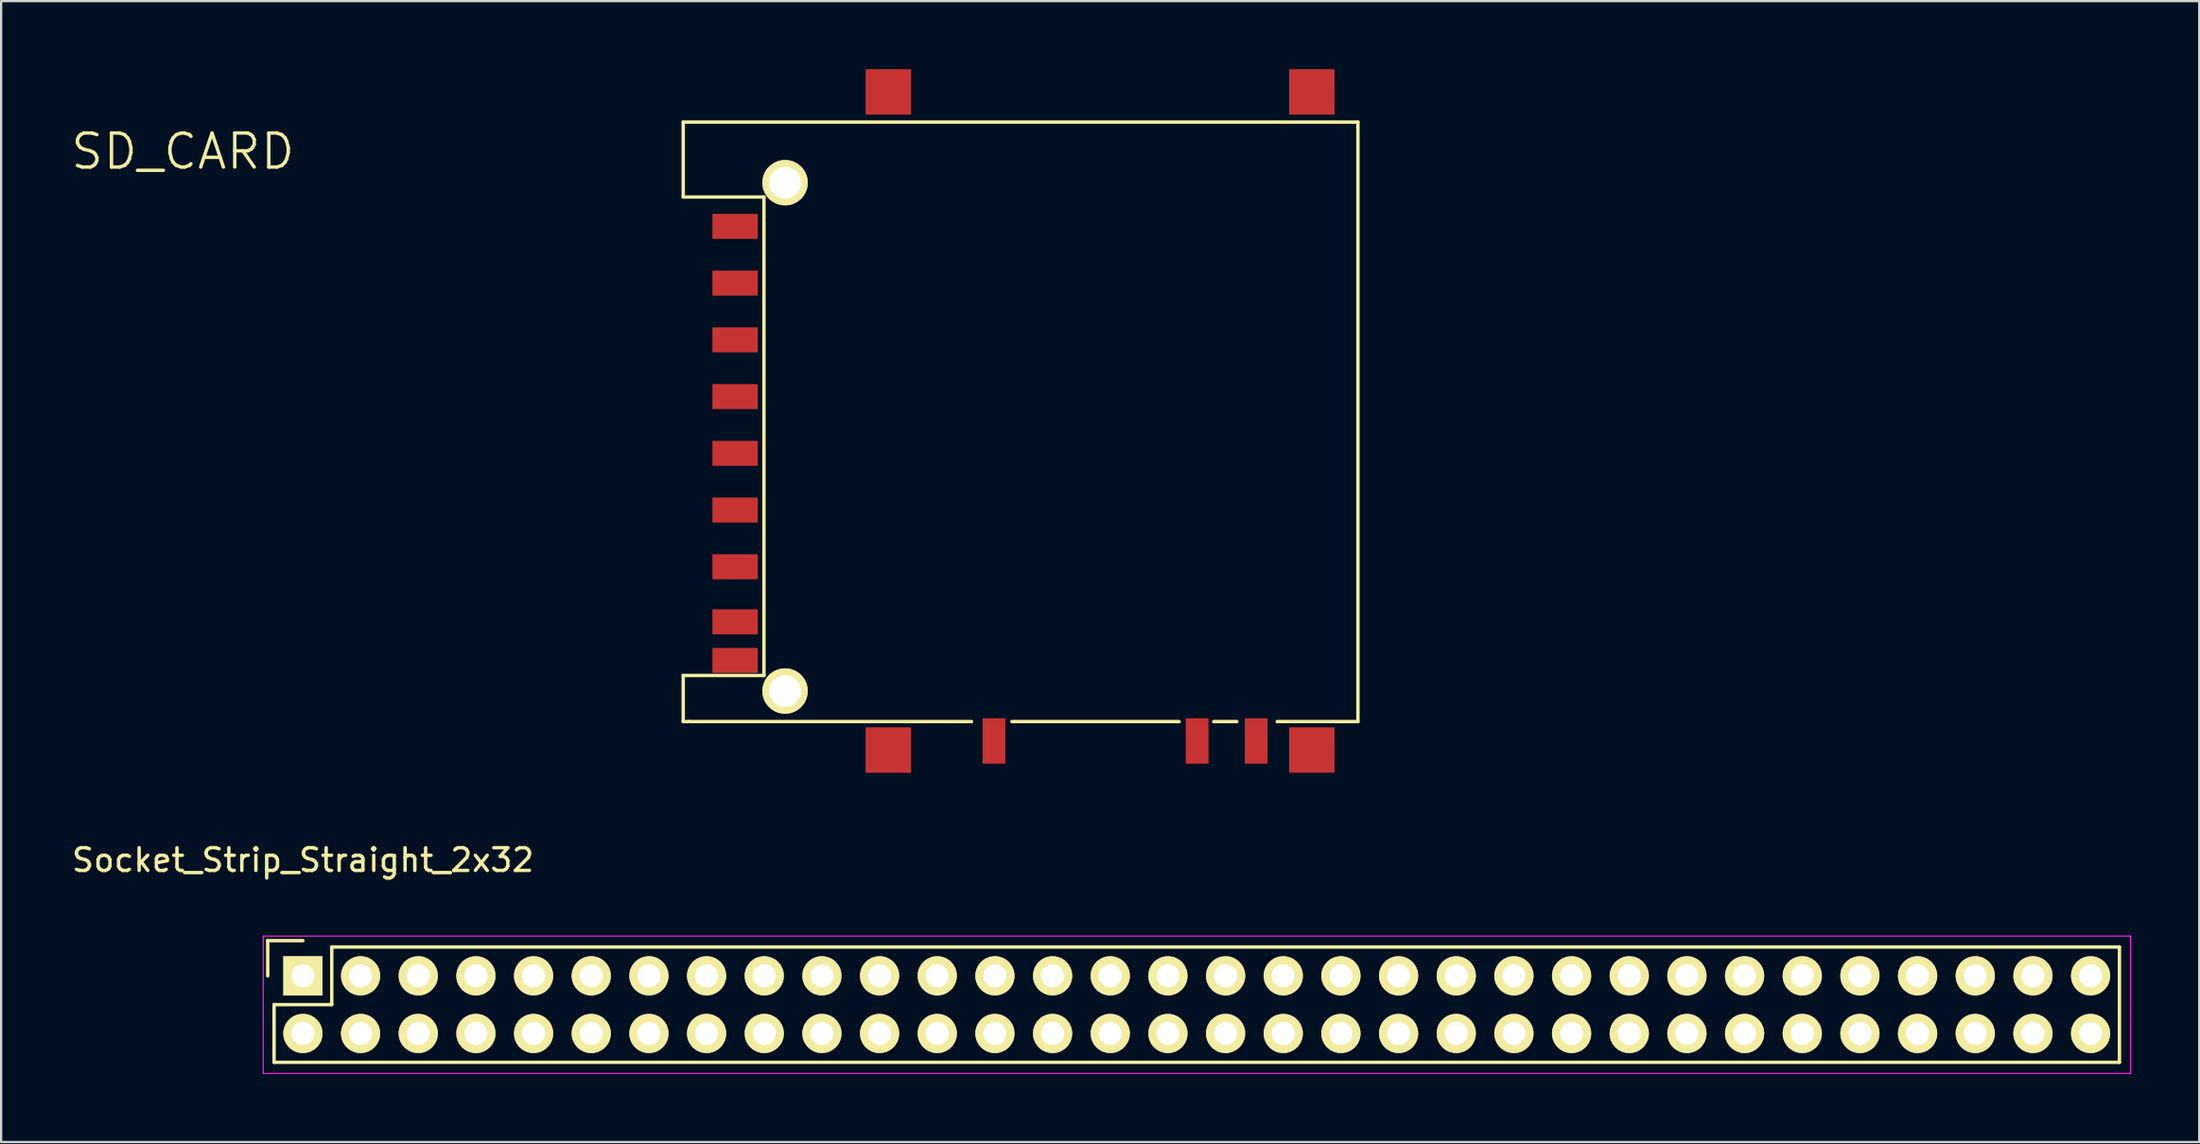
<source format=kicad_pcb>
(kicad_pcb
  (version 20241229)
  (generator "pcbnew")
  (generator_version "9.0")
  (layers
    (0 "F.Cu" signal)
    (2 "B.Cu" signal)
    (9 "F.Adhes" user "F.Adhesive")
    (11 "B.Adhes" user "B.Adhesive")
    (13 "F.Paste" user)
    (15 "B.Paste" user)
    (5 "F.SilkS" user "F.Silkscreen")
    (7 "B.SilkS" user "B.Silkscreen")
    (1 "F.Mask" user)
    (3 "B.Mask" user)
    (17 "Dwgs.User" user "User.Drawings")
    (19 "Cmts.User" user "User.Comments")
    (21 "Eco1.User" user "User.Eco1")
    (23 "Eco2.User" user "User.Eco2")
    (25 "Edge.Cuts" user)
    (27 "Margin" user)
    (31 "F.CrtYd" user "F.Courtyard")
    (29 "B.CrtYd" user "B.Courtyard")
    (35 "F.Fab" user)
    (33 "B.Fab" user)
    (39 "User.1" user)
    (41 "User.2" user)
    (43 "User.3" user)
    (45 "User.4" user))
  (footprint "SD_CARD"
    (layer "F.Cu")
    (at 29.329 16.3)
    (property "Reference" "SD_CARD" (at -24.325 -12.675 0) (layer "F.SilkS") (effects (font (size 1.5 1.5) (thickness 0.15))))
    (attr through_hole)
    (fp_line (start -2.286 -13.97) (end 27.432 -13.97) (stroke (width 0.15) (type solid)) (layer "F.SilkS"))
    (fp_line (start -2.286 -10.668) (end -2.286 -13.97) (stroke (width 0.15) (type solid)) (layer "F.SilkS"))
    (fp_line (start -2.286 -10.668) (end 1.27 -10.668) (stroke (width 0.15) (type solid)) (layer "F.SilkS"))
    (fp_line (start -2.286 10.414) (end 1.27 10.414) (stroke (width 0.15) (type solid)) (layer "F.SilkS"))
    (fp_line (start -2.286 12.446) (end -2.286 10.414) (stroke (width 0.15) (type solid)) (layer "F.SilkS"))
    (fp_line (start -2.032 12.446) (end -2.286 12.446) (stroke (width 0.15) (type solid)) (layer "F.SilkS"))
    (fp_line (start 1.27 -10.668) (end 1.27 10.414) (stroke (width 0.15) (type solid)) (layer "F.SilkS"))
    (fp_line (start 10.414 12.446) (end -2.032 12.446) (stroke (width 0.15) (type solid)) (layer "F.SilkS"))
    (fp_line (start 19.558 12.446) (end 12.192 12.446) (stroke (width 0.15) (type solid)) (layer "F.SilkS"))
    (fp_line (start 22.098 12.446) (end 21.082 12.446) (stroke (width 0.15) (type solid)) (layer "F.SilkS"))
    (fp_line (start 27.432 -13.97) (end 27.432 12.446) (stroke (width 0.15) (type solid)) (layer "F.SilkS"))
    (fp_line (start 27.432 12.446) (end 23.876 12.446) (stroke (width 0.15) (type solid)) (layer "F.SilkS"))
    (pad "1" smd rect (at 0 -6.875) (size 2 1.1) (layers "F.Cu" "F.Mask" "F.Paste"))
    (pad "2" smd rect (at 0 -4.375) (size 2 1.1) (layers "F.Cu" "F.Mask" "F.Paste"))
    (pad "3" smd rect (at 0 -1.875) (size 2 1.1) (layers "F.Cu" "F.Mask" "F.Paste"))
    (pad "3" smd rect (at 6.75 -15.3) (size 2 2) (layers "F.Cu" "F.Mask" "F.Paste"))
    (pad "3" smd rect (at 6.75 13.7) (size 2 2) (layers "F.Cu" "F.Mask" "F.Paste"))
    (pad "3" smd rect (at 25.4 -15.3) (size 2 2) (layers "F.Cu" "F.Mask" "F.Paste"))
    (pad "3" smd rect (at 25.4 13.7) (size 2 2) (layers "F.Cu" "F.Mask" "F.Paste"))
    (pad "4" smd rect (at 0 0.625) (size 2 1.1) (layers "F.Cu" "F.Mask" "F.Paste"))
    (pad "5" smd rect (at 0 3.125) (size 2 1.1) (layers "F.Cu" "F.Mask" "F.Paste"))
    (pad "6" smd rect (at 0 5.625) (size 2 1.1) (layers "F.Cu" "F.Mask" "F.Paste"))
    (pad "7" smd rect (at 0 8.05) (size 2 1.1) (layers "F.Cu" "F.Mask" "F.Paste"))
    (pad "8" smd rect (at 0 9.75) (size 2 1.1) (layers "F.Cu" "F.Mask" "F.Paste"))
    (pad "9" smd rect (at 0 -9.375) (size 2 1.1) (layers "F.Cu" "F.Mask" "F.Paste"))
    (pad "10" smd rect (at 11.4 13.3) (size 1 2) (layers "F.Cu" "F.Mask" "F.Paste"))
    (pad "11" smd rect (at 22.95 13.3) (size 1 2) (layers "F.Cu" "F.Mask" "F.Paste"))
    (pad "12" smd rect (at 20.35 13.3) (size 1 2) (layers "F.Cu" "F.Mask" "F.Paste"))
    (pad "13" thru_hole circle (at 2.2 -11.3) (size 2 2) (drill 1.4) (layers "*.Cu" "*.Mask" "F.SilkS"))
    (pad "13" thru_hole circle (at 2.2 11.1) (size 2 2) (drill 1.4) (layers "*.Cu" "*.Mask" "F.SilkS")))
  (footprint "Socket_Strip_Straight_2x32"
    (layer "F.Cu")
    (at 49.662 41.218)
    (property "Reference" "Socket_Strip_Straight_2x32" (at -39.37 -6.37 0) (layer "F.SilkS") (effects (font (size 1 1) (thickness 0.15))))
    (attr through_hole)
    (fp_line (start -40.92 -2.82) (end -40.92 -1.27) (stroke (width 0.15) (type solid)) (layer "F.SilkS"))
    (fp_line (start -40.64 0) (end -38.1 0) (stroke (width 0.15) (type solid)) (layer "F.SilkS"))
    (fp_line (start -40.64 2.54) (end -40.64 0) (stroke (width 0.15) (type solid)) (layer "F.SilkS"))
    (fp_line (start -39.37 -2.82) (end -40.92 -2.82) (stroke (width 0.15) (type solid)) (layer "F.SilkS"))
    (fp_line (start -38.1 -2.54) (end 40.64 -2.54) (stroke (width 0.15) (type solid)) (layer "F.SilkS"))
    (fp_line (start -38.1 0) (end -38.1 -2.54) (stroke (width 0.15) (type solid)) (layer "F.SilkS"))
    (fp_line (start 40.64 2.54) (end -40.64 2.54) (stroke (width 0.15) (type solid)) (layer "F.SilkS"))
    (fp_line (start 40.64 2.54) (end 40.64 -2.54) (stroke (width 0.15) (type solid)) (layer "F.SilkS"))
    (fp_line (start -41.12 -3.02) (end -41.12 3.03) (stroke (width 0.05) (type solid)) (layer "F.CrtYd"))
    (fp_line (start -41.12 -3.02) (end 41.13 -3.02) (stroke (width 0.05) (type solid)) (layer "F.CrtYd"))
    (fp_line (start -41.12 3.03) (end 41.13 3.03) (stroke (width 0.05) (type solid)) (layer "F.CrtYd"))
    (fp_line (start 41.13 -3.02) (end 41.13 3.03) (stroke (width 0.05) (type solid)) (layer "F.CrtYd"))
    (pad "1" thru_hole rect (at -39.37 -1.27) (size 1.727 1.727) (drill 1.016) (layers "*.Cu" "*.Mask" "F.SilkS"))
    (pad "2" thru_hole oval (at -39.37 1.27) (size 1.727 1.727) (drill 1.016) (layers "*.Cu" "*.Mask" "F.SilkS"))
    (pad "3" thru_hole oval (at -36.83 -1.27) (size 1.727 1.727) (drill 1.016) (layers "*.Cu" "*.Mask" "F.SilkS"))
    (pad "4" thru_hole oval (at -36.83 1.27) (size 1.727 1.727) (drill 1.016) (layers "*.Cu" "*.Mask" "F.SilkS"))
    (pad "5" thru_hole oval (at -34.29 -1.27) (size 1.727 1.727) (drill 1.016) (layers "*.Cu" "*.Mask" "F.SilkS"))
    (pad "6" thru_hole oval (at -34.29 1.27) (size 1.727 1.727) (drill 1.016) (layers "*.Cu" "*.Mask" "F.SilkS"))
    (pad "7" thru_hole oval (at -31.75 -1.27) (size 1.727 1.727) (drill 1.016) (layers "*.Cu" "*.Mask" "F.SilkS"))
    (pad "8" thru_hole oval (at -31.75 1.27) (size 1.727 1.727) (drill 1.016) (layers "*.Cu" "*.Mask" "F.SilkS"))
    (pad "9" thru_hole oval (at -29.21 -1.27) (size 1.727 1.727) (drill 1.016) (layers "*.Cu" "*.Mask" "F.SilkS"))
    (pad "10" thru_hole oval (at -29.21 1.27) (size 1.727 1.727) (drill 1.016) (layers "*.Cu" "*.Mask" "F.SilkS"))
    (pad "11" thru_hole oval (at -26.67 -1.27) (size 1.727 1.727) (drill 1.016) (layers "*.Cu" "*.Mask" "F.SilkS"))
    (pad "12" thru_hole oval (at -26.67 1.27) (size 1.727 1.727) (drill 1.016) (layers "*.Cu" "*.Mask" "F.SilkS"))
    (pad "13" thru_hole oval (at -24.13 -1.27) (size 1.727 1.727) (drill 1.016) (layers "*.Cu" "*.Mask" "F.SilkS"))
    (pad "14" thru_hole oval (at -24.13 1.27) (size 1.727 1.727) (drill 1.016) (layers "*.Cu" "*.Mask" "F.SilkS"))
    (pad "15" thru_hole oval (at -21.59 -1.27) (size 1.727 1.727) (drill 1.016) (layers "*.Cu" "*.Mask" "F.SilkS"))
    (pad "16" thru_hole oval (at -21.59 1.27) (size 1.727 1.727) (drill 1.016) (layers "*.Cu" "*.Mask" "F.SilkS"))
    (pad "17" thru_hole oval (at -19.05 -1.27) (size 1.727 1.727) (drill 1.016) (layers "*.Cu" "*.Mask" "F.SilkS"))
    (pad "18" thru_hole oval (at -19.05 1.27) (size 1.727 1.727) (drill 1.016) (layers "*.Cu" "*.Mask" "F.SilkS"))
    (pad "19" thru_hole oval (at -16.51 -1.27) (size 1.727 1.727) (drill 1.016) (layers "*.Cu" "*.Mask" "F.SilkS"))
    (pad "20" thru_hole oval (at -16.51 1.27) (size 1.727 1.727) (drill 1.016) (layers "*.Cu" "*.Mask" "F.SilkS"))
    (pad "21" thru_hole oval (at -13.97 -1.27) (size 1.727 1.727) (drill 1.016) (layers "*.Cu" "*.Mask" "F.SilkS"))
    (pad "22" thru_hole oval (at -13.97 1.27) (size 1.727 1.727) (drill 1.016) (layers "*.Cu" "*.Mask" "F.SilkS"))
    (pad "23" thru_hole oval (at -11.43 -1.27) (size 1.727 1.727) (drill 1.016) (layers "*.Cu" "*.Mask" "F.SilkS"))
    (pad "24" thru_hole oval (at -11.43 1.27) (size 1.727 1.727) (drill 1.016) (layers "*.Cu" "*.Mask" "F.SilkS"))
    (pad "25" thru_hole oval (at -8.89 -1.27) (size 1.727 1.727) (drill 1.016) (layers "*.Cu" "*.Mask" "F.SilkS"))
    (pad "26" thru_hole oval (at -8.89 1.27) (size 1.727 1.727) (drill 1.016) (layers "*.Cu" "*.Mask" "F.SilkS"))
    (pad "27" thru_hole oval (at -6.35 -1.27) (size 1.727 1.727) (drill 1.016) (layers "*.Cu" "*.Mask" "F.SilkS"))
    (pad "28" thru_hole oval (at -6.35 1.27) (size 1.727 1.727) (drill 1.016) (layers "*.Cu" "*.Mask" "F.SilkS"))
    (pad "29" thru_hole oval (at -3.81 -1.27) (size 1.727 1.727) (drill 1.016) (layers "*.Cu" "*.Mask" "F.SilkS"))
    (pad "30" thru_hole oval (at -3.81 1.27) (size 1.727 1.727) (drill 1.016) (layers "*.Cu" "*.Mask" "F.SilkS"))
    (pad "31" thru_hole oval (at -1.27 -1.27) (size 1.727 1.727) (drill 1.016) (layers "*.Cu" "*.Mask" "F.SilkS"))
    (pad "32" thru_hole oval (at -1.27 1.27) (size 1.727 1.727) (drill 1.016) (layers "*.Cu" "*.Mask" "F.SilkS"))
    (pad "33" thru_hole oval (at 1.27 -1.27) (size 1.727 1.727) (drill 1.016) (layers "*.Cu" "*.Mask" "F.SilkS"))
    (pad "34" thru_hole oval (at 1.27 1.27) (size 1.727 1.727) (drill 1.016) (layers "*.Cu" "*.Mask" "F.SilkS"))
    (pad "35" thru_hole oval (at 3.81 -1.27) (size 1.727 1.727) (drill 1.016) (layers "*.Cu" "*.Mask" "F.SilkS"))
    (pad "36" thru_hole oval (at 3.81 1.27) (size 1.727 1.727) (drill 1.016) (layers "*.Cu" "*.Mask" "F.SilkS"))
    (pad "37" thru_hole oval (at 6.35 -1.27) (size 1.727 1.727) (drill 1.016) (layers "*.Cu" "*.Mask" "F.SilkS"))
    (pad "38" thru_hole oval (at 6.35 1.27) (size 1.727 1.727) (drill 1.016) (layers "*.Cu" "*.Mask" "F.SilkS"))
    (pad "39" thru_hole oval (at 8.89 -1.27) (size 1.727 1.727) (drill 1.016) (layers "*.Cu" "*.Mask" "F.SilkS"))
    (pad "40" thru_hole oval (at 8.89 1.27) (size 1.727 1.727) (drill 1.016) (layers "*.Cu" "*.Mask" "F.SilkS"))
    (pad "41" thru_hole oval (at 11.43 -1.27) (size 1.727 1.727) (drill 1.016) (layers "*.Cu" "*.Mask" "F.SilkS"))
    (pad "42" thru_hole oval (at 11.43 1.27) (size 1.727 1.727) (drill 1.016) (layers "*.Cu" "*.Mask" "F.SilkS"))
    (pad "43" thru_hole oval (at 13.97 -1.27) (size 1.727 1.727) (drill 1.016) (layers "*.Cu" "*.Mask" "F.SilkS"))
    (pad "44" thru_hole oval (at 13.97 1.27) (size 1.727 1.727) (drill 1.016) (layers "*.Cu" "*.Mask" "F.SilkS"))
    (pad "45" thru_hole oval (at 16.51 -1.27) (size 1.727 1.727) (drill 1.016) (layers "*.Cu" "*.Mask" "F.SilkS"))
    (pad "46" thru_hole oval (at 16.51 1.27) (size 1.727 1.727) (drill 1.016) (layers "*.Cu" "*.Mask" "F.SilkS"))
    (pad "47" thru_hole oval (at 19.05 -1.27) (size 1.727 1.727) (drill 1.016) (layers "*.Cu" "*.Mask" "F.SilkS"))
    (pad "48" thru_hole oval (at 19.05 1.27) (size 1.727 1.727) (drill 1.016) (layers "*.Cu" "*.Mask" "F.SilkS"))
    (pad "49" thru_hole oval (at 21.59 -1.27) (size 1.727 1.727) (drill 1.016) (layers "*.Cu" "*.Mask" "F.SilkS"))
    (pad "50" thru_hole oval (at 21.59 1.27) (size 1.727 1.727) (drill 1.016) (layers "*.Cu" "*.Mask" "F.SilkS"))
    (pad "51" thru_hole oval (at 24.13 -1.27) (size 1.727 1.727) (drill 1.016) (layers "*.Cu" "*.Mask" "F.SilkS"))
    (pad "52" thru_hole oval (at 24.13 1.27) (size 1.727 1.727) (drill 1.016) (layers "*.Cu" "*.Mask" "F.SilkS"))
    (pad "53" thru_hole oval (at 26.67 -1.27) (size 1.727 1.727) (drill 1.016) (layers "*.Cu" "*.Mask" "F.SilkS"))
    (pad "54" thru_hole oval (at 26.67 1.27) (size 1.727 1.727) (drill 1.016) (layers "*.Cu" "*.Mask" "F.SilkS"))
    (pad "55" thru_hole oval (at 29.21 -1.27) (size 1.727 1.727) (drill 1.016) (layers "*.Cu" "*.Mask" "F.SilkS"))
    (pad "56" thru_hole oval (at 29.21 1.27) (size 1.727 1.727) (drill 1.016) (layers "*.Cu" "*.Mask" "F.SilkS"))
    (pad "57" thru_hole oval (at 31.75 -1.27) (size 1.727 1.727) (drill 1.016) (layers "*.Cu" "*.Mask" "F.SilkS"))
    (pad "58" thru_hole oval (at 31.75 1.27) (size 1.727 1.727) (drill 1.016) (layers "*.Cu" "*.Mask" "F.SilkS"))
    (pad "59" thru_hole oval (at 34.29 -1.27) (size 1.727 1.727) (drill 1.016) (layers "*.Cu" "*.Mask" "F.SilkS"))
    (pad "60" thru_hole oval (at 34.29 1.27) (size 1.727 1.727) (drill 1.016) (layers "*.Cu" "*.Mask" "F.SilkS"))
    (pad "61" thru_hole oval (at 36.83 -1.27) (size 1.727 1.727) (drill 1.016) (layers "*.Cu" "*.Mask" "F.SilkS"))
    (pad "62" thru_hole oval (at 36.83 1.27) (size 1.727 1.727) (drill 1.016) (layers "*.Cu" "*.Mask" "F.SilkS"))
    (pad "63" thru_hole oval (at 39.37 -1.27) (size 1.727 1.727) (drill 1.016) (layers "*.Cu" "*.Mask" "F.SilkS"))
    (pad "64" thru_hole oval (at 39.37 1.27) (size 1.727 1.727) (drill 1.016) (layers "*.Cu" "*.Mask" "F.SilkS")))
  (gr_rect
    (start -3 -3)
    (end 93.817 47.273)
    (stroke (width 0.1) (type default))
    (fill no)
    (layer "Edge.Cuts")))
</source>
